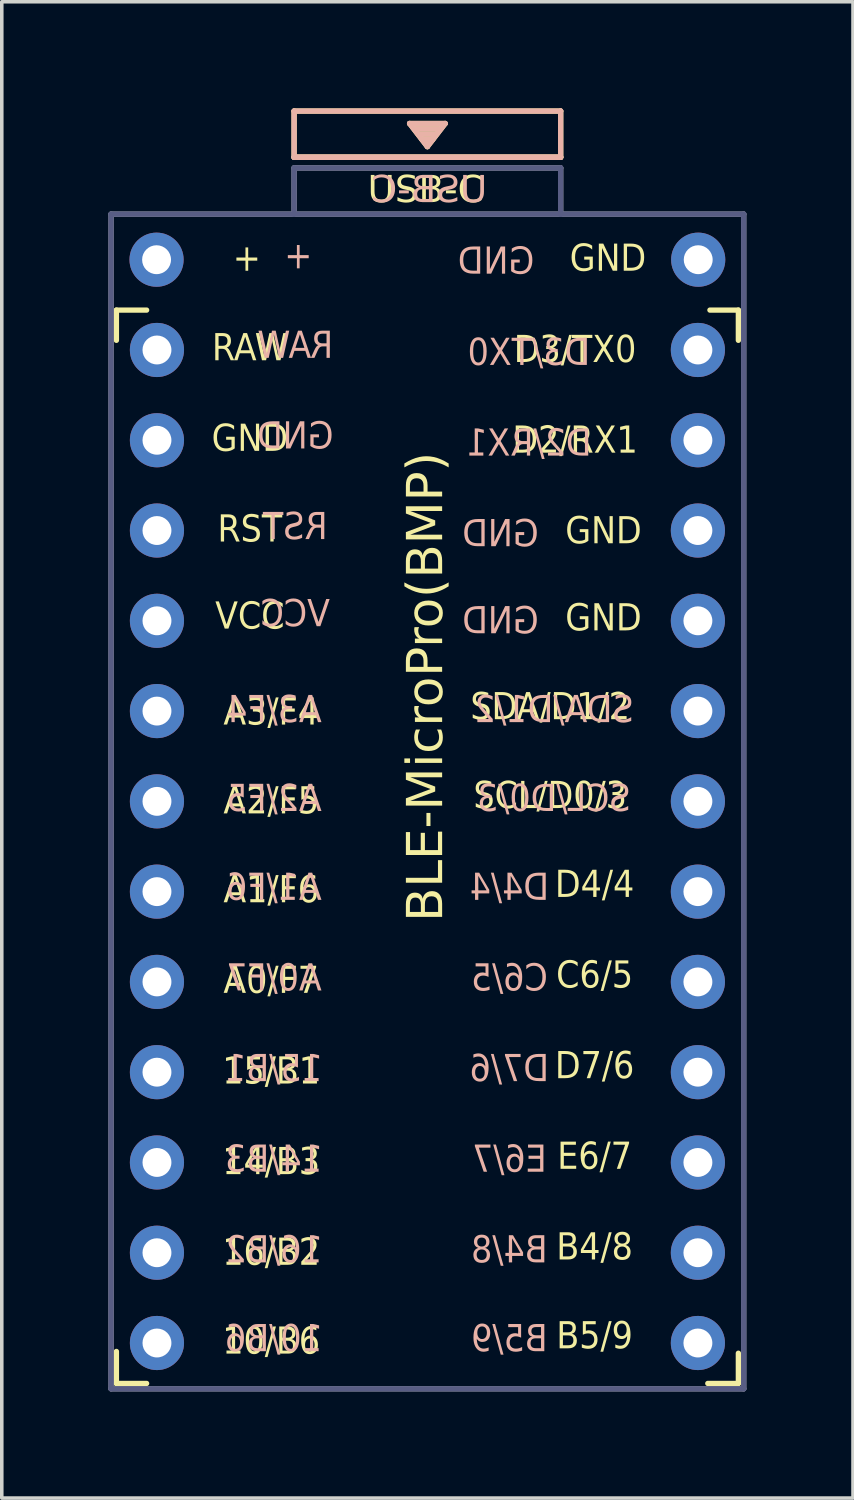
<source format=kicad_pcb>
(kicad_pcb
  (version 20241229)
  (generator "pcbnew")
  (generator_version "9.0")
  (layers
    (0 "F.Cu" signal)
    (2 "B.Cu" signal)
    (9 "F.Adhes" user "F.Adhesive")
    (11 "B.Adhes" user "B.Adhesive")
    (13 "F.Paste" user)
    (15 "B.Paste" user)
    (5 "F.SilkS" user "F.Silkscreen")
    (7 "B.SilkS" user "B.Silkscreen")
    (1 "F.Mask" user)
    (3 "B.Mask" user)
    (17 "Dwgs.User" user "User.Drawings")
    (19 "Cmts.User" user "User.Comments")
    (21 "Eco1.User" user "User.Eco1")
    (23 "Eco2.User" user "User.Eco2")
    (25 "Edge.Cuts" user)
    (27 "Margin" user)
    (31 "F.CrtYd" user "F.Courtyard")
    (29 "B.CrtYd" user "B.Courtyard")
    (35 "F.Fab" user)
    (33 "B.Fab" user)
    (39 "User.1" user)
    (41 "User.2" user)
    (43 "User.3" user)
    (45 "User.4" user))
  (footprint "BLE-MicroPro(BMP)"
    (layer "F.Cu")
    (at 8.975 21.275)
    (property "Reference" "BLE-MicroPro(BMP)" (at 0 -5 90) (layer "F.SilkS") (effects (font (face "東亜重工 R") (size 1 1) (thickness 0.15))))
    (attr through_hole)
    (fp_line (start -8.75 -15.6) (end -8.75 -14.75) (stroke (width 0.15) (type solid)) (layer "F.SilkS"))
    (fp_line (start -8.75 -15.6) (end -7.9 -15.6) (stroke (width 0.15) (type solid)) (layer "F.SilkS"))
    (fp_line (start -8.75 13.7) (end -8.75 14.6) (stroke (width 0.15) (type solid)) (layer "F.SilkS"))
    (fp_line (start -8.75 14.6) (end -7.9 14.6) (stroke (width 0.15) (type solid)) (layer "F.SilkS"))
    (fp_line (start -3.75 -21.2) (end -3.75 -19.9) (stroke (width 0.15) (type solid)) (layer "F.SilkS"))
    (fp_line (start -3.75 -19.9) (end 3.75 -19.9) (stroke (width 0.15) (type solid)) (layer "F.SilkS"))
    (fp_line (start -3.75 -19.9) (end 3.75 -19.9) (stroke (width 0.15) (type solid)) (layer "F.SilkS"))
    (fp_line (start -0.5 -20.85) (end 0.5 -20.85) (stroke (width 0.15) (type solid)) (layer "F.SilkS"))
    (fp_line (start -0.35 -20.7) (end 0.35 -20.7) (stroke (width 0.15) (type solid)) (layer "F.SilkS"))
    (fp_line (start -0.25 -20.55) (end 0.25 -20.55) (stroke (width 0.15) (type solid)) (layer "F.SilkS"))
    (fp_line (start -0.15 -20.4) (end 0.15 -20.4) (stroke (width 0.15) (type solid)) (layer "F.SilkS"))
    (fp_line (start 0 -20.2) (end -0.5 -20.85) (stroke (width 0.15) (type solid)) (layer "F.SilkS"))
    (fp_line (start 0.5 -20.85) (end 0 -20.2) (stroke (width 0.15) (type solid)) (layer "F.SilkS"))
    (fp_line (start 3.75 -21.2) (end -3.75 -21.2) (stroke (width 0.15) (type solid)) (layer "F.SilkS"))
    (fp_line (start 3.75 -19.9) (end 3.75 -21.2) (stroke (width 0.15) (type solid)) (layer "F.SilkS"))
    (fp_line (start 8.75 -15.6) (end 7.95 -15.6) (stroke (width 0.15) (type solid)) (layer "F.SilkS"))
    (fp_line (start 8.75 -15.6) (end 8.75 -14.75) (stroke (width 0.15) (type solid)) (layer "F.SilkS"))
    (fp_line (start 8.75 13.75) (end 8.75 14.6) (stroke (width 0.15) (type solid)) (layer "F.SilkS"))
    (fp_line (start 8.75 14.6) (end 7.89 14.6) (stroke (width 0.15) (type solid)) (layer "F.SilkS"))
    (fp_line (start -3.75 -21.2) (end 3.75 -21.2) (stroke (width 0.15) (type solid)) (layer "B.SilkS"))
    (fp_line (start -3.75 -19.9) (end -3.75 -21.2) (stroke (width 0.15) (type solid)) (layer "B.SilkS"))
    (fp_line (start -0.5 -20.85) (end 0 -20.2) (stroke (width 0.15) (type solid)) (layer "B.SilkS"))
    (fp_line (start 0 -20.2) (end 0.5 -20.85) (stroke (width 0.15) (type solid)) (layer "B.SilkS"))
    (fp_line (start 0.15 -20.4) (end -0.15 -20.4) (stroke (width 0.15) (type solid)) (layer "B.SilkS"))
    (fp_line (start 0.25 -20.55) (end -0.25 -20.55) (stroke (width 0.15) (type solid)) (layer "B.SilkS"))
    (fp_line (start 0.35 -20.7) (end -0.35 -20.7) (stroke (width 0.15) (type solid)) (layer "B.SilkS"))
    (fp_line (start 0.5 -20.85) (end -0.5 -20.85) (stroke (width 0.15) (type solid)) (layer "B.SilkS"))
    (fp_line (start 3.75 -21.2) (end 3.75 -19.9) (stroke (width 0.15) (type solid)) (layer "B.SilkS"))
    (fp_line (start 3.75 -19.9) (end -3.75 -19.9) (stroke (width 0.15) (type solid)) (layer "B.SilkS"))
    (fp_line (start 3.75 -19.9) (end -3.75 -19.9) (stroke (width 0.15) (type solid)) (layer "B.SilkS"))
    (fp_line (start -8.9 -18.3) (end -8.9 14.75) (stroke (width 0.15) (type solid)) (layer "B.Fab"))
    (fp_line (start -8.9 14.75) (end 8.9 14.75) (stroke (width 0.15) (type solid)) (layer "B.Fab"))
    (fp_line (start -3.76 -18.3) (end -8.9 -18.3) (stroke (width 0.15) (type solid)) (layer "B.Fab"))
    (fp_line (start -3.75 -19.6) (end -3.75 -18.3) (stroke (width 0.15) (type solid)) (layer "B.Fab"))
    (fp_line (start 3.75 -19.6) (end -3.75 -19.6) (stroke (width 0.15) (type solid)) (layer "B.Fab"))
    (fp_line (start 3.75 -19.6) (end 3.75 -18.299) (stroke (width 0.15) (type solid)) (layer "B.Fab"))
    (fp_line (start 3.75 -18.3) (end -3.75 -18.3) (stroke (width 0.15) (type solid)) (layer "B.Fab"))
    (fp_line (start 8.9 -18.3) (end 3.75 -18.3) (stroke (width 0.15) (type solid)) (layer "B.Fab"))
    (fp_line (start 8.9 14.75) (end 8.9 -18.3) (stroke (width 0.15) (type solid)) (layer "B.Fab"))
    (fp_line (start -8.9 -18.3) (end -3.75 -18.3) (stroke (width 0.15) (type solid)) (layer "F.Fab"))
    (fp_line (start -8.9 14.75) (end -8.9 -18.3) (stroke (width 0.15) (type solid)) (layer "F.Fab"))
    (fp_line (start -3.75 -19.6) (end -3.75 -18.299) (stroke (width 0.15) (type solid)) (layer "F.Fab"))
    (fp_line (start -3.75 -19.6) (end 3.75 -19.6) (stroke (width 0.15) (type solid)) (layer "F.Fab"))
    (fp_line (start -3.75 -18.3) (end 3.75 -18.3) (stroke (width 0.15) (type solid)) (layer "F.Fab"))
    (fp_line (start 3.75 -19.6) (end 3.75 -18.3) (stroke (width 0.15) (type solid)) (layer "F.Fab"))
    (fp_line (start 3.76 -18.3) (end 8.9 -18.3) (stroke (width 0.15) (type solid)) (layer "F.Fab"))
    (fp_line (start 8.9 -18.3) (end 8.9 14.75) (stroke (width 0.15) (type solid)) (layer "F.Fab"))
    (fp_line (start 8.9 14.75) (end -8.9 14.75) (stroke (width 0.15) (type solid)) (layer "F.Fab"))
    (fp_text user "A2/F5" (at -4.395 -1.75 0) (unlocked yes) (layer "F.SilkS") (effects (font (face "東亜重工 R") (size 0.75 0.67) (thickness 0.125))))
    (fp_text user "GND" (at -4.995 -11.95 0) (unlocked yes) (layer "F.SilkS") (effects (font (face "東亜重工 R") (size 0.75 0.67) (thickness 0.125))))
    (fp_text user "B4/8" (at 4.705 10.8 0) (unlocked yes) (layer "F.SilkS") (effects (font (face "東亜重工 R") (size 0.75 0.67) (thickness 0.125))))
    (fp_text user "GND" (at 4.955 -9.35 0) (unlocked yes) (layer "F.SilkS") (effects (font (face "東亜重工 R") (size 0.75 0.67) (thickness 0.125))))
    (fp_text user "RST" (at -4.995 -9.4 0) (unlocked yes) (layer "F.SilkS") (effects (font (face "東亜重工 R") (size 0.75 0.67) (thickness 0.125))))
    (fp_text user "A1/F6" (at -4.395 0.75 0) (unlocked yes) (layer "F.SilkS") (effects (font (face "東亜重工 R") (size 0.75 0.67) (thickness 0.125))))
    (fp_text user "D7/6" (at 4.705 5.7 0) (unlocked yes) (layer "F.SilkS") (effects (font (face "東亜重工 R") (size 0.75 0.67) (thickness 0.125))))
    (fp_text user "10/B6" (at -4.395 13.45 0) (unlocked yes) (layer "F.SilkS") (effects (font (face "東亜重工 R") (size 0.75 0.67) (thickness 0.125))))
    (fp_text user "SDA/D1/2" (at 3.455 -4.4 0) (unlocked yes) (layer "F.SilkS") (effects (font (face "東亜重工 R") (size 0.75 0.67) (thickness 0.125))))
    (fp_text user "RAW" (at -4.995 -14.5 0) (unlocked yes) (layer "F.SilkS") (effects (font (face "東亜重工 R") (size 0.75 0.67) (thickness 0.125))))
    (fp_text user "C6/5" (at 4.705 3.15 0) (unlocked yes) (layer "F.SilkS") (effects (font (face "東亜重工 R") (size 0.75 0.67) (thickness 0.125))))
    (fp_text user "15/B1" (at -4.395 5.85 0) (unlocked yes) (layer "F.SilkS") (effects (font (face "東亜重工 R") (size 0.75 0.67) (thickness 0.125))))
    (fp_text user "14/B3" (at -4.395 8.4 0) (unlocked yes) (layer "F.SilkS") (effects (font (face "東亜重工 R") (size 0.75 0.67) (thickness 0.125))))
    (fp_text user "USB-C" (at -0.05 -18.95 180) (layer "F.SilkS") (effects (font (face "東亜重工 R") (size 0.75 0.75) (thickness 0.12))))
    (fp_text user "SCL/D0/3" (at 3.455 -1.9 0) (unlocked yes) (layer "F.SilkS") (effects (font (face "東亜重工 R") (size 0.75 0.67) (thickness 0.125))))
    (fp_text user "A0/F7" (at -4.395 3.3 0) (unlocked yes) (layer "F.SilkS") (effects (font (face "東亜重工 R") (size 0.75 0.67) (thickness 0.125))))
    (fp_text user "16/B2" (at -4.395 10.95 0) (unlocked yes) (layer "F.SilkS") (effects (font (face "東亜重工 R") (size 0.75 0.67) (thickness 0.125))))
    (fp_text user "E6/7" (at 4.705 8.25 0) (unlocked yes) (layer "F.SilkS") (effects (font (face "東亜重工 R") (size 0.75 0.67) (thickness 0.125))))
    (fp_text user "D2/RX1" (at 4.155 -11.9 0) (unlocked yes) (layer "F.SilkS") (effects (font (face "東亜重工 R") (size 0.75 0.67) (thickness 0.125))))
    (fp_text user "+" (at -5.08 -17.018 0) (unlocked yes) (layer "F.SilkS") (effects (font (face "東亜重工 R") (size 0.75 0.67) (thickness 0.125))))
    (fp_text user "D3/TX0" (at 4.155 -14.45 0) (unlocked yes) (layer "F.SilkS") (effects (font (face "東亜重工 R") (size 0.75 0.67) (thickness 0.125))))
    (fp_text user "GND" (at 4.955 -6.9 0) (unlocked yes) (layer "F.SilkS") (effects (font (face "東亜重工 R") (size 0.75 0.67) (thickness 0.125))))
    (fp_text user "GND" (at 5.08 -17.018 0) (unlocked yes) (layer "F.SilkS") (effects (font (face "東亜重工 R") (size 0.75 0.67) (thickness 0.125))))
    (fp_text user "B5/9" (at 4.705 13.3 0) (unlocked yes) (layer "F.SilkS") (effects (font (face "東亜重工 R") (size 0.75 0.67) (thickness 0.125))))
    (fp_text user "D4/4" (at 4.705 0.6 0) (unlocked yes) (layer "F.SilkS") (effects (font (face "東亜重工 R") (size 0.75 0.67) (thickness 0.125))))
    (fp_text user "VCC" (at -4.995 -6.95 0) (unlocked yes) (layer "F.SilkS") (effects (font (face "東亜重工 R") (size 0.75 0.67) (thickness 0.125))))
    (fp_text user "A3/F4" (at -4.395 -4.25 0) (unlocked yes) (layer "F.SilkS") (effects (font (face "東亜重工 R") (size 0.75 0.67) (thickness 0.125))))
    (fp_text user "GND" (at 2.056 -9.268 0) (unlocked yes) (layer "B.SilkS") (effects (font (face "東亜重工 R") (size 0.75 0.67) (thickness 0.125)) (justify mirror)))
    (fp_text user "VCC" (at -3.718 -7.018 0) (unlocked yes) (layer "B.SilkS") (effects (font (face "東亜重工 R") (size 0.75 0.67) (thickness 0.125)) (justify mirror)))
    (fp_text user "14/B3" (at -4.318 8.332 0) (unlocked yes) (layer "B.SilkS") (effects (font (face "東亜重工 R") (size 0.75 0.67) (thickness 0.125)) (justify mirror)))
    (fp_text user "B4/8" (at 2.306 10.882 0) (unlocked yes) (layer "B.SilkS") (effects (font (face "東亜重工 R") (size 0.75 0.67) (thickness 0.125)) (justify mirror)))
    (fp_text user "GND" (at -3.718 -12.018 0) (unlocked yes) (layer "B.SilkS") (effects (font (face "東亜重工 R") (size 0.75 0.67) (thickness 0.125)) (justify mirror)))
    (fp_text user "D3/TX0" (at 2.856 -14.368 0) (unlocked yes) (layer "B.SilkS") (effects (font (face "東亜重工 R") (size 0.75 0.67) (thickness 0.125)) (justify mirror)))
    (fp_text user "A2/F5" (at -4.318 -1.818 0) (unlocked yes) (layer "B.SilkS") (effects (font (face "東亜重工 R") (size 0.75 0.67) (thickness 0.125)) (justify mirror)))
    (fp_text user "D4/4" (at 2.306 0.682 0) (unlocked yes) (layer "B.SilkS") (effects (font (face "東亜重工 R") (size 0.75 0.67) (thickness 0.125)) (justify mirror)))
    (fp_text user "USB-C" (at 0.05 -18.95 180) (layer "B.SilkS") (effects (font (face "東亜重工 R") (size 0.75 0.75) (thickness 0.12)) (justify mirror)))
    (fp_text user "A3/F4" (at -4.318 -4.318 0) (unlocked yes) (layer "B.SilkS") (effects (font (face "東亜重工 R") (size 0.75 0.67) (thickness 0.125)) (justify mirror)))
    (fp_text user "D2/RX1" (at 2.856 -11.818 0) (unlocked yes) (layer "B.SilkS") (effects (font (face "東亜重工 R") (size 0.75 0.67) (thickness 0.125)) (justify mirror)))
    (fp_text user "D7/6" (at 2.306 5.782 0) (unlocked yes) (layer "B.SilkS") (effects (font (face "東亜重工 R") (size 0.75 0.67) (thickness 0.125)) (justify mirror)))
    (fp_text user "SCL/D0/3" (at 3.556 -1.818 0) (unlocked yes) (layer "B.SilkS") (effects (font (face "東亜重工 R") (size 0.75 0.67) (thickness 0.125)) (justify mirror)))
    (fp_text user "SDA/D1/2" (at 3.556 -4.318 0) (unlocked yes) (layer "B.SilkS") (effects (font (face "東亜重工 R") (size 0.75 0.67) (thickness 0.125)) (justify mirror)))
    (fp_text user "16/B2" (at -4.318 10.882 0) (unlocked yes) (layer "B.SilkS") (effects (font (face "東亜重工 R") (size 0.75 0.67) (thickness 0.125)) (justify mirror)))
    (fp_text user "RST" (at -3.718 -9.468 0) (unlocked yes) (layer "B.SilkS") (effects (font (face "東亜重工 R") (size 0.75 0.67) (thickness 0.125)) (justify mirror)))
    (fp_text user "GND" (at 1.931 -16.936 0) (unlocked yes) (layer "B.SilkS") (effects (font (face "東亜重工 R") (size 0.75 0.67) (thickness 0.125)) (justify mirror)))
    (fp_text user "C6/5" (at 2.306 3.232 0) (unlocked yes) (layer "B.SilkS") (effects (font (face "東亜重工 R") (size 0.75 0.67) (thickness 0.125)) (justify mirror)))
    (fp_text user "GND" (at 2.056 -6.818 0) (unlocked yes) (layer "B.SilkS") (effects (font (face "東亜重工 R") (size 0.75 0.67) (thickness 0.125)) (justify mirror)))
    (fp_text user "B5/9" (at 2.306 13.382 0) (unlocked yes) (layer "B.SilkS") (effects (font (face "東亜重工 R") (size 0.75 0.67) (thickness 0.125)) (justify mirror)))
    (fp_text user "15/B1" (at -4.318 5.782 0) (unlocked yes) (layer "B.SilkS") (effects (font (face "東亜重工 R") (size 0.75 0.67) (thickness 0.125)) (justify mirror)))
    (fp_text user "10/B6" (at -4.318 13.382 0) (unlocked yes) (layer "B.SilkS") (effects (font (face "東亜重工 R") (size 0.75 0.67) (thickness 0.125)) (justify mirror)))
    (fp_text user "A0/F7" (at -4.318 3.232 0) (unlocked yes) (layer "B.SilkS") (effects (font (face "東亜重工 R") (size 0.75 0.67) (thickness 0.125)) (justify mirror)))
    (fp_text user "E6/7" (at 2.306 8.332 0) (unlocked yes) (layer "B.SilkS") (effects (font (face "東亜重工 R") (size 0.75 0.67) (thickness 0.125)) (justify mirror)))
    (fp_text user "A1/F6" (at -4.318 0.682 0) (unlocked yes) (layer "B.SilkS") (effects (font (face "東亜重工 R") (size 0.75 0.67) (thickness 0.125)) (justify mirror)))
    (fp_text user "RAW" (at -3.718 -14.568 0) (unlocked yes) (layer "B.SilkS") (effects (font (face "東亜重工 R") (size 0.75 0.67) (thickness 0.125)) (justify mirror)))
    (fp_text user "+" (at -3.633 -17.086 0) (unlocked yes) (layer "B.SilkS") (effects (font (face "東亜重工 R") (size 0.75 0.67) (thickness 0.125)) (justify mirror)))
    (pad "0" thru_hole circle (at 7.62 -17.018) (size 1.524 1.524) (drill 0.813) (layers "*.Cu" "*.Mask"))
    (pad "1" thru_hole circle (at 7.611 -14.478) (size 1.524 1.524) (drill 0.813) (layers "*.Cu" "*.Mask"))
    (pad "2" thru_hole circle (at 7.611 -11.938) (size 1.524 1.524) (drill 0.813) (layers "*.Cu" "*.Mask"))
    (pad "3" thru_hole circle (at 7.611 -9.398) (size 1.524 1.524) (drill 0.813) (layers "*.Cu" "*.Mask"))
    (pad "4" thru_hole circle (at 7.611 -6.858) (size 1.524 1.524) (drill 0.813) (layers "*.Cu" "*.Mask"))
    (pad "5" thru_hole circle (at 7.611 -4.318) (size 1.524 1.524) (drill 0.813) (layers "*.Cu" "*.Mask"))
    (pad "6" thru_hole circle (at 7.611 -1.778) (size 1.524 1.524) (drill 0.813) (layers "*.Cu" "*.Mask"))
    (pad "7" thru_hole circle (at 7.611 0.762) (size 1.524 1.524) (drill 0.813) (layers "*.Cu" "*.Mask"))
    (pad "8" thru_hole circle (at 7.611 3.302) (size 1.524 1.524) (drill 0.813) (layers "*.Cu" "*.Mask"))
    (pad "9" thru_hole circle (at 7.611 5.842) (size 1.524 1.524) (drill 0.813) (layers "*.Cu" "*.Mask"))
    (pad "10" thru_hole circle (at 7.611 8.382) (size 1.524 1.524) (drill 0.813) (layers "*.Cu" "*.Mask"))
    (pad "11" thru_hole circle (at 7.611 10.922) (size 1.524 1.524) (drill 0.813) (layers "*.Cu" "*.Mask"))
    (pad "12" thru_hole circle (at 7.611 13.462) (size 1.524 1.524) (drill 0.813) (layers "*.Cu" "*.Mask"))
    (pad "13" thru_hole circle (at -7.609 13.462) (size 1.524 1.524) (drill 0.813) (layers "*.Cu" "*.Mask"))
    (pad "14" thru_hole circle (at -7.609 10.922) (size 1.524 1.524) (drill 0.813) (layers "*.Cu" "*.Mask"))
    (pad "15" thru_hole circle (at -7.609 8.382) (size 1.524 1.524) (drill 0.813) (layers "*.Cu" "*.Mask"))
    (pad "16" thru_hole circle (at -7.609 5.842) (size 1.524 1.524) (drill 0.813) (layers "*.Cu" "*.Mask"))
    (pad "17" thru_hole circle (at -7.609 3.302) (size 1.524 1.524) (drill 0.813) (layers "*.Cu" "*.Mask"))
    (pad "18" thru_hole circle (at -7.609 0.762) (size 1.524 1.524) (drill 0.813) (layers "*.Cu" "*.Mask"))
    (pad "19" thru_hole circle (at -7.609 -1.778) (size 1.524 1.524) (drill 0.813) (layers "*.Cu" "*.Mask"))
    (pad "20" thru_hole circle (at -7.609 -4.318) (size 1.524 1.524) (drill 0.813) (layers "*.Cu" "*.Mask"))
    (pad "21" thru_hole circle (at -7.609 -6.858) (size 1.524 1.524) (drill 0.813) (layers "*.Cu" "*.Mask"))
    (pad "22" thru_hole circle (at -7.609 -9.398) (size 1.524 1.524) (drill 0.813) (layers "*.Cu" "*.Mask"))
    (pad "23" thru_hole circle (at -7.609 -11.938) (size 1.524 1.524) (drill 0.813) (layers "*.Cu" "*.Mask"))
    (pad "24" thru_hole circle (at -7.609 -14.478) (size 1.524 1.524) (drill 0.813) (layers "*.Cu" "*.Mask"))
    (pad "25" thru_hole circle (at -7.62 -17.018) (size 1.524 1.524) (drill 0.813) (layers "*.Cu" "*.Mask")))
  (gr_rect
    (start -3 -3)
    (end 20.95 39.1)
    (stroke (width 0.1) (type default))
    (fill no)
    (layer "Edge.Cuts")))
</source>
